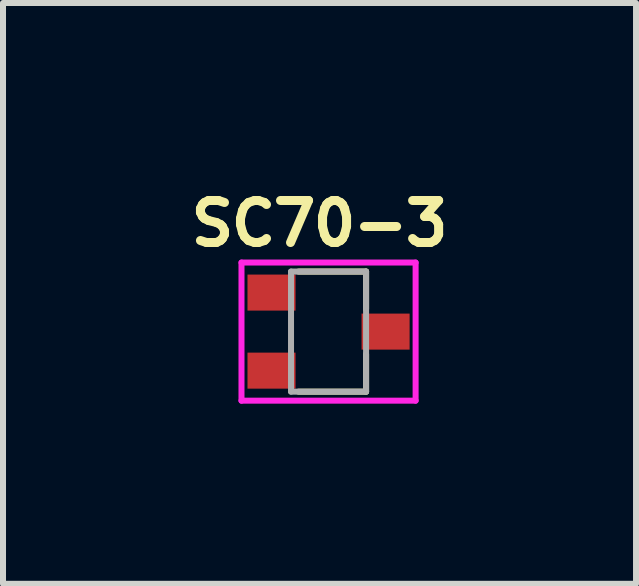
<source format=kicad_pcb>
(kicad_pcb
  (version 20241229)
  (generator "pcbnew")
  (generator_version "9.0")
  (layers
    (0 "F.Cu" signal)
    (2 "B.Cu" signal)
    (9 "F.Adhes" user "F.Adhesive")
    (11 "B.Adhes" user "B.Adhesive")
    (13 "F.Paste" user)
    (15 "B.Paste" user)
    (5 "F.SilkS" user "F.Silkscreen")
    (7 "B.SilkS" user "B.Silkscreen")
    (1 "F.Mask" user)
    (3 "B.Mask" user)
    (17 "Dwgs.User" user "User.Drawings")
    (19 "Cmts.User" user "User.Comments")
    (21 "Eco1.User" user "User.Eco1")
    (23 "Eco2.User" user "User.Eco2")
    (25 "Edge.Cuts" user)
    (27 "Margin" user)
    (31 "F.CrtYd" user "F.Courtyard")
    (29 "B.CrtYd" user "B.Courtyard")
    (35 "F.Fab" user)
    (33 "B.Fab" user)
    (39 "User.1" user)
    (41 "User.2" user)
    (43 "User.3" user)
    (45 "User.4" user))
  (footprint "SC70-3"
    (layer "F.Cu")
    (at 2.422 2.473)
    (property "Reference" "SC70-3" (at -0.15 -1.8 0) (layer "F.SilkS") (effects (font (size 0.7 0.7) (thickness 0.15))))
    (attr smd)
    (fp_line (start -0.5 -1) (end 0.625 -1) (stroke (width 0.1) (type solid)) (layer "F.SilkS"))
    (fp_line (start -0.5 1) (end 0.625 1) (stroke (width 0.1) (type solid)) (layer "F.SilkS"))
    (fp_line (start 0.625 -0.375) (end 0.625 -1) (stroke (width 0.1) (type solid)) (layer "F.SilkS"))
    (fp_line (start 0.625 0.375) (end 0.625 1) (stroke (width 0.1) (type solid)) (layer "F.SilkS"))
    (fp_line (start -1.45 -1.15) (end -1.45 1.15) (stroke (width 0.1) (type solid)) (layer "F.CrtYd"))
    (fp_line (start -1.45 -1.15) (end 1.45 -1.15) (stroke (width 0.1) (type solid)) (layer "F.CrtYd"))
    (fp_line (start 1.45 -1.15) (end 1.45 1.15) (stroke (width 0.1) (type solid)) (layer "F.CrtYd"))
    (fp_line (start 1.45 1.15) (end -1.45 1.15) (stroke (width 0.1) (type solid)) (layer "F.CrtYd"))
    (fp_line (start -0.625 -1) (end 0.625 -1) (stroke (width 0.1) (type solid)) (layer "F.Fab"))
    (fp_line (start -0.625 1) (end -0.625 -1) (stroke (width 0.1) (type solid)) (layer "F.Fab"))
    (fp_line (start 0.625 -1) (end 0.625 1) (stroke (width 0.1) (type solid)) (layer "F.Fab"))
    (fp_line (start 0.625 1) (end -0.625 1) (stroke (width 0.1) (type solid)) (layer "F.Fab"))
    (pad "1" smd rect (at -0.95 -0.65 90) (size 0.6 0.8) (layers "F.Cu" "F.Mask" "F.Paste"))
    (pad "2" smd rect (at -0.95 0.65 90) (size 0.6 0.8) (layers "F.Cu" "F.Mask" "F.Paste"))
    (pad "3" smd rect (at 0.95 0 90) (size 0.6 0.8) (layers "F.Cu" "F.Mask" "F.Paste")))
  (gr_rect
    (start -3 -3)
    (end 7.543 6.673)
    (stroke (width 0.1) (type default))
    (fill no)
    (layer "Edge.Cuts")))
</source>
